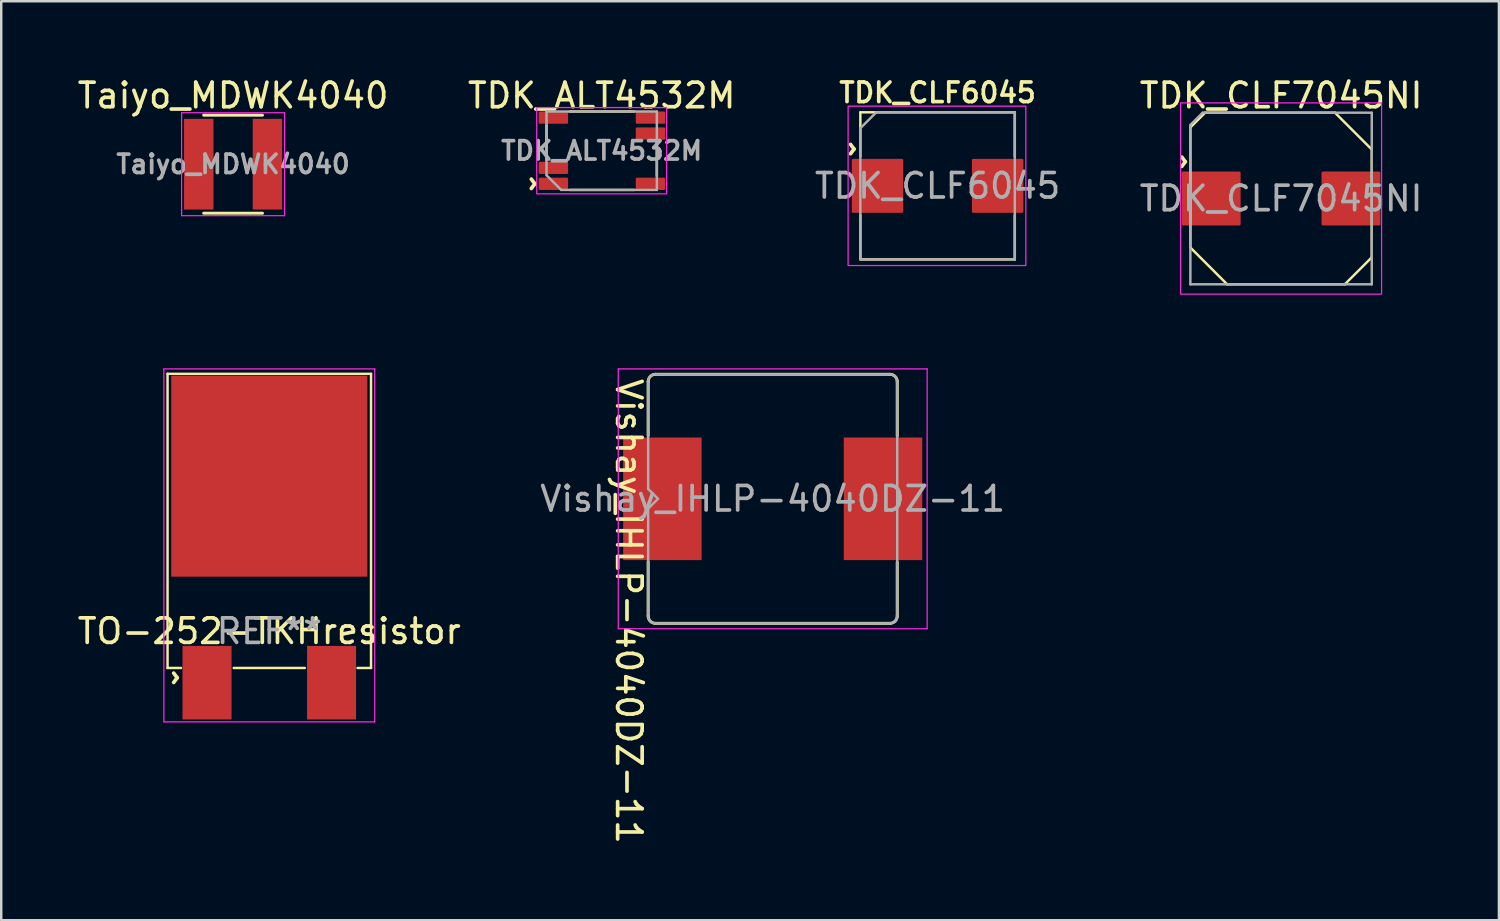
<source format=kicad_pcb>
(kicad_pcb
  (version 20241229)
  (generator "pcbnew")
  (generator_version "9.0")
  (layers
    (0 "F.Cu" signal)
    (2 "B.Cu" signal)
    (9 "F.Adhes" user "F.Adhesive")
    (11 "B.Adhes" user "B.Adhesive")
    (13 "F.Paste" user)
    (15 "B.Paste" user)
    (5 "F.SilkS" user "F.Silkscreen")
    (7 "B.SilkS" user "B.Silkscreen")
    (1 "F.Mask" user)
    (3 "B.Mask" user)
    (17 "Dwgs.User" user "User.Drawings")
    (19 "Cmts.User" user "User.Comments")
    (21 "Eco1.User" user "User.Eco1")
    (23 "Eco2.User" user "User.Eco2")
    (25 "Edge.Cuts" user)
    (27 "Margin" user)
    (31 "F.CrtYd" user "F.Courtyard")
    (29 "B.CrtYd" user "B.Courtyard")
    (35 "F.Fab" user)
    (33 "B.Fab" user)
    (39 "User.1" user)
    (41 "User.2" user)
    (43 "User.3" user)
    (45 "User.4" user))
  (footprint "Taiyo_MDWK4040"
    (layer "F.Cu")
    (at 6.458 3.648)
    (property "Reference" "Taiyo_MDWK4040" (at 0 -2.8 0) (unlocked yes) (layer "F.SilkS") (effects (font (size 1 1) (thickness 0.15))))
    (attr smd)
    (fp_line (start -1.2 -2) (end 1.2 -2) (stroke (width 0.12) (type solid)) (layer "F.SilkS"))
    (fp_line (start -1.2 2) (end 1.2 2) (stroke (width 0.12) (type solid)) (layer "F.SilkS"))
    (fp_poly (pts (xy -0.8 -1.1) (xy -2 -1.1) (xy -2 -1.8) (xy -0.8 -1.8)) (stroke (width 0.01) (type solid)) (fill yes) (layer "F.Paste"))
    (fp_poly (pts (xy -0.8 -0.2) (xy -2 -0.2) (xy -2 -0.8) (xy -0.8 -0.8)) (stroke (width 0.01) (type solid)) (fill yes) (layer "F.Paste"))
    (fp_poly (pts (xy -0.8 0.8) (xy -2 0.8) (xy -2 0.2) (xy -0.8 0.2)) (stroke (width 0.01) (type solid)) (fill yes) (layer "F.Paste"))
    (fp_poly (pts (xy -0.8 1.8) (xy -2 1.8) (xy -2 1.1) (xy -0.8 1.1)) (stroke (width 0.01) (type solid)) (fill yes) (layer "F.Paste"))
    (fp_poly (pts (xy 0.8 1.1) (xy 2 1.1) (xy 2 1.8) (xy 0.8 1.8)) (stroke (width 0.01) (type solid)) (fill yes) (layer "F.Paste"))
    (fp_poly (pts (xy 0.8 -1.8) (xy 2 -1.8) (xy 2 -1.1) (xy 0.8 -1.1)) (stroke (width 0.01) (type solid)) (fill yes) (layer "F.Paste"))
    (fp_poly (pts (xy 0.8 -0.8) (xy 2 -0.8) (xy 2 -0.2) (xy 0.8 -0.2)) (stroke (width 0.01) (type solid)) (fill yes) (layer "F.Paste"))
    (fp_poly (pts (xy 0.8 0.2) (xy 2 0.2) (xy 2 0.8) (xy 0.8 0.8)) (stroke (width 0.01) (type solid)) (fill yes) (layer "F.Paste"))
    (fp_line (start -2.1 -2.1) (end 2.1 -2.1) (stroke (width 0.05) (type solid)) (layer "F.CrtYd"))
    (fp_line (start -2.1 2.1) (end -2.1 -2.1) (stroke (width 0.05) (type solid)) (layer "F.CrtYd"))
    (fp_line (start 2.1 2.1) (end -2.1 2.1) (stroke (width 0.05) (type solid)) (layer "F.CrtYd"))
    (fp_line (start 2.1 2.1) (end 2.1 -2.1) (stroke (width 0.05) (type solid)) (layer "F.CrtYd"))
    (fp_text user "${REFERENCE}" (at 0 0 0) (unlocked yes) (layer "F.Fab") (effects (font (size 0.75 0.75) (thickness 0.15))))
    (pad "1" smd rect (at -1.4 0) (size 1.2 3.7) (layers "F.Cu" "F.Mask"))
    (pad "2" smd rect (at 1.4 0) (size 1.2 3.7) (layers "F.Cu" "F.Mask")))
  (footprint "TDK_CLF7045NI"
    (layer "F.Cu")
    (at 49.208 5.048)
    (property "Reference" "TDK_CLF7045NI" (at 0 -4.2 0) (unlocked yes) (layer "F.SilkS") (effects (font (size 1 1) (thickness 0.15))))
    (attr through_hole)
    (fp_line (start -3.7 -2.9) (end -3.7 2) (stroke (width 0.1) (type solid)) (layer "F.SilkS"))
    (fp_line (start -3.7 2) (end -2.2 3.5) (stroke (width 0.1) (type solid)) (layer "F.SilkS"))
    (fp_line (start -3.1 -3.5) (end -3.7 -2.9) (stroke (width 0.1) (type solid)) (layer "F.SilkS"))
    (fp_line (start -3.1 -3.5) (end 2.2 -3.5) (stroke (width 0.1) (type solid)) (layer "F.SilkS"))
    (fp_line (start 2.6 3.5) (end -2.2 3.5) (stroke (width 0.1) (type solid)) (layer "F.SilkS"))
    (fp_line (start 2.6 3.5) (end 3.7 2.4) (stroke (width 0.1) (type solid)) (layer "F.SilkS"))
    (fp_line (start 3.7 -2) (end 2.2 -3.5) (stroke (width 0.1) (type solid)) (layer "F.SilkS"))
    (fp_line (start 3.7 2.4) (end 3.7 -2) (stroke (width 0.1) (type solid)) (layer "F.SilkS"))
    (fp_rect (start -4.1 -3.9) (end 4.1 3.9) (stroke (width 0.05) (type solid)) (fill no) (layer "F.CrtYd"))
    (fp_line (start -3.7 3.5) (end -3.7 -3) (stroke (width 0.1) (type solid)) (layer "F.Fab"))
    (fp_line (start -3.2 -3.5) (end -3.7 -3) (stroke (width 0.1) (type solid)) (layer "F.Fab"))
    (fp_line (start -3.2 -3.5) (end 3.7 -3.5) (stroke (width 0.1) (type solid)) (layer "F.Fab"))
    (fp_line (start 3.7 -3.5) (end 3.7 3.5) (stroke (width 0.1) (type solid)) (layer "F.Fab"))
    (fp_line (start 3.7 3.5) (end -3.7 3.5) (stroke (width 0.1) (type solid)) (layer "F.Fab"))
    (fp_text user "^" (at -4.5 -1.5 270) (unlocked yes) (layer "F.SilkS") (effects (font (size 1 1) (thickness 0.15))))
    (fp_text user "${REFERENCE}" (at 0 0 0) (unlocked yes) (layer "F.Fab") (effects (font (size 1 1) (thickness 0.15))))
    (pad "" smd roundrect (at -2.85 -0.675) (size 2.4 0.85) (layers "F.Paste") (roundrect_rratio 0.059))
    (pad "" smd roundrect (at -2.85 0.675) (size 2.4 0.85) (layers "F.Paste") (roundrect_rratio 0.059))
    (pad "" smd roundrect (at 2.85 -0.675) (size 2.4 0.85) (layers "F.Paste") (roundrect_rratio 0.059))
    (pad "" smd roundrect (at 2.85 0.675) (size 2.4 0.85) (layers "F.Paste") (roundrect_rratio 0.059))
    (pad "1" smd roundrect (at -2.85 0) (size 2.4 2.2) (layers "F.Cu" "F.Mask") (roundrect_rratio 0.023))
    (pad "2" smd roundrect (at 2.85 0) (size 2.4 2.2) (layers "F.Cu" "F.Mask") (roundrect_rratio 0.023)))
  (footprint "Vishay_IHLP-4040DZ-11"
    (layer "F.Cu")
    (at 28.47 17.298)
    (property "Reference" "Vishay_IHLP-4040DZ-11" (at -5.87 4.59 270) (unlocked yes) (layer "F.SilkS") (effects (font (size 1 1) (thickness 0.15))))
    (attr smd)
    (fp_line (start -5.08 -4.78) (end -5.08 -2.58) (stroke (width 0.12) (type solid)) (layer "F.SilkS"))
    (fp_line (start -5.08 4.78) (end -5.08 2.56) (stroke (width 0.12) (type solid)) (layer "F.SilkS"))
    (fp_line (start -4.78 5.08) (end 4.78 5.08) (stroke (width 0.12) (type solid)) (layer "F.SilkS"))
    (fp_line (start 4.78 -5.08) (end -4.78 -5.08) (stroke (width 0.12) (type solid)) (layer "F.SilkS"))
    (fp_line (start 5.08 -4.78) (end 5.08 -2.56) (stroke (width 0.12) (type solid)) (layer "F.SilkS"))
    (fp_line (start 5.08 4.78) (end 5.08 2.58) (stroke (width 0.12) (type solid)) (layer "F.SilkS"))
    (fp_arc (start -5.08 -4.78) (mid -4.992132 -4.992132) (end -4.78 -5.08) (stroke (width 0.12) (type solid)) (layer "F.SilkS"))
    (fp_arc (start -4.78 5.08) (mid -4.992132 4.992132) (end -5.08 4.78) (stroke (width 0.12) (type solid)) (layer "F.SilkS"))
    (fp_arc (start 4.78 -5.08) (mid 4.992132 -4.992132) (end 5.08 -4.78) (stroke (width 0.12) (type solid)) (layer "F.SilkS"))
    (fp_arc (start 5.08 4.78) (mid 4.992132 4.992132) (end 4.78 5.08) (stroke (width 0.12) (type solid)) (layer "F.SilkS"))
    (fp_poly (pts (xy -6.1 0.3) (xy -2.9 0.3) (xy -2.9 2.5) (xy -6.1 2.5)) (stroke (width 0.01) (type solid)) (fill yes) (layer "F.Paste"))
    (fp_poly (pts (xy -2.9 -0.3) (xy -6.1 -0.3) (xy -6.1 -2.5) (xy -2.9 -2.5)) (stroke (width 0.01) (type solid)) (fill yes) (layer "F.Paste"))
    (fp_poly (pts (xy 2.9 0.3) (xy 6.1 0.3) (xy 6.1 2.5) (xy 2.9 2.5)) (stroke (width 0.01) (type solid)) (fill yes) (layer "F.Paste"))
    (fp_poly (pts (xy 6.1 -0.3) (xy 2.9 -0.3) (xy 2.9 -2.5) (xy 6.1 -2.5)) (stroke (width 0.01) (type solid)) (fill yes) (layer "F.Paste"))
    (fp_line (start -6.3 -5.3) (end 6.3 -5.3) (stroke (width 0.05) (type solid)) (layer "F.CrtYd"))
    (fp_line (start -6.3 5.3) (end -6.3 -5.3) (stroke (width 0.05) (type solid)) (layer "F.CrtYd"))
    (fp_line (start 6.3 -5.3) (end 6.3 5.3) (stroke (width 0.05) (type solid)) (layer "F.CrtYd"))
    (fp_line (start 6.3 5.3) (end -6.3 5.3) (stroke (width 0.05) (type solid)) (layer "F.CrtYd"))
    (fp_line (start -5.08 -4.78) (end -5.08 -0.4) (stroke (width 0.1) (type solid)) (layer "F.Fab"))
    (fp_line (start -5.08 -0.4) (end -4.68 0) (stroke (width 0.1) (type solid)) (layer "F.Fab"))
    (fp_line (start -5.08 0.4) (end -4.68 0) (stroke (width 0.1) (type solid)) (layer "F.Fab"))
    (fp_line (start -5.08 4.78) (end -5.08 0.4) (stroke (width 0.1) (type solid)) (layer "F.Fab"))
    (fp_line (start -4.78 5.08) (end 4.78 5.08) (stroke (width 0.1) (type solid)) (layer "F.Fab"))
    (fp_line (start 4.78 -5.08) (end -4.78 -5.08) (stroke (width 0.1) (type solid)) (layer "F.Fab"))
    (fp_line (start 5.08 -4.78) (end 5.08 4.78) (stroke (width 0.1) (type solid)) (layer "F.Fab"))
    (fp_arc (start -5.080001 -4.780001) (mid -4.992132 -4.992133) (end -4.78 -5.08) (stroke (width 0.1) (type solid)) (layer "F.Fab"))
    (fp_arc (start -4.780001 5.080001) (mid -4.992133 4.992132) (end -5.08 4.78) (stroke (width 0.1) (type solid)) (layer "F.Fab"))
    (fp_arc (start 4.780001 -5.080001) (mid 4.992133 -4.992132) (end 5.08 -4.78) (stroke (width 0.1) (type solid)) (layer "F.Fab"))
    (fp_arc (start 5.080001 4.780001) (mid 4.992132 4.992133) (end 4.78 5.08) (stroke (width 0.1) (type solid)) (layer "F.Fab"))
    (fp_text user "${REFERENCE}" (at 0 0 0) (unlocked yes) (layer "F.Fab") (effects (font (size 1 1) (thickness 0.15))))
    (pad "1" smd rect (at -4.5 0) (size 3.2 5) (layers "F.Cu" "F.Mask"))
    (pad "2" smd rect (at 4.5 0) (size 3.2 5) (layers "F.Cu" "F.Mask")))
  (footprint "TDK_CLF6045"
    (layer "F.Cu")
    (at 35.196 4.531)
    (property "Reference" "TDK_CLF6045" (at 0 -3.8 0) (unlocked yes) (layer "F.SilkS") (effects (font (size 0.8 0.8) (thickness 0.15))))
    (attr smd)
    (fp_line (start -3.15 -3) (end 3.15 -3) (stroke (width 0.1) (type solid)) (layer "F.SilkS"))
    (fp_line (start -3.15 -1.2) (end -3.15 -3) (stroke (width 0.1) (type solid)) (layer "F.SilkS"))
    (fp_line (start -3.15 2.987) (end -3.15 1.2) (stroke (width 0.1) (type solid)) (layer "F.SilkS"))
    (fp_line (start 3.15 -3) (end 3.15 -1.2) (stroke (width 0.1) (type solid)) (layer "F.SilkS"))
    (fp_line (start 3.15 1.2) (end 3.15 3) (stroke (width 0.1) (type solid)) (layer "F.SilkS"))
    (fp_line (start 3.15 3) (end -3.15 3) (stroke (width 0.1) (type solid)) (layer "F.SilkS"))
    (fp_rect (start -3.65 -3.25) (end 3.6 3.25) (stroke (width 0.05) (type solid)) (fill no) (layer "F.CrtYd"))
    (fp_line (start -3.15 3) (end -3.15 -2.35) (stroke (width 0.1) (type solid)) (layer "F.Fab"))
    (fp_line (start -2.5 -3) (end -3.15 -2.35) (stroke (width 0.1) (type solid)) (layer "F.Fab"))
    (fp_line (start -2.5 -3) (end 3.15 -3) (stroke (width 0.1) (type solid)) (layer "F.Fab"))
    (fp_line (start 3.15 -3) (end 3.15 3) (stroke (width 0.1) (type solid)) (layer "F.Fab"))
    (fp_line (start 3.15 3) (end -3.15 3) (stroke (width 0.1) (type solid)) (layer "F.Fab"))
    (fp_text user "^" (at -4 -1.5 270) (unlocked yes) (layer "F.SilkS") (effects (font (size 1 1) (thickness 0.15))))
    (fp_text user "${REFERENCE}" (at 0 0 0) (layer "F.Fab") (effects (font (size 1 1) (thickness 0.15))))
    (pad "" smd roundrect (at -2.45 -0.675) (size 2.1 0.85) (layers "F.Paste") (roundrect_rratio 0.059))
    (pad "" smd roundrect (at -2.45 0.675) (size 2.1 0.85) (layers "F.Paste") (roundrect_rratio 0.059))
    (pad "" smd roundrect (at 2.45 -0.675) (size 2.1 0.85) (layers "F.Paste") (roundrect_rratio 0.059))
    (pad "" smd roundrect (at 2.45 0.675) (size 2.1 0.85) (layers "F.Paste") (roundrect_rratio 0.059))
    (pad "1" smd roundrect (at -2.45 0) (size 2.1 2.2) (layers "F.Cu" "F.Mask") (roundrect_rratio 0.024))
    (pad "2" smd roundrect (at 2.45 0) (size 2.1 2.2) (layers "F.Cu" "F.Mask") (roundrect_rratio 0.024)))
  (footprint "TDK_ALT4532M"
    (layer "F.Cu")
    (at 21.494 3.098)
    (property "Reference" "TDK_ALT4532M" (at 0 -2.25 0) (unlocked yes) (layer "F.SilkS") (effects (font (size 1 1) (thickness 0.15))))
    (attr smd)
    (fp_line (start -2.25 0.38) (end -2.25 -1.03) (stroke (width 0.1) (type solid)) (layer "F.SilkS"))
    (fp_line (start -1.3 -1.6) (end 1.32 -1.6) (stroke (width 0.1) (type solid)) (layer "F.SilkS"))
    (fp_line (start -1.3 1.6) (end 1.32 1.6) (stroke (width 0.1) (type solid)) (layer "F.SilkS"))
    (fp_line (start 2.25 -0.38) (end 2.25 1.03) (stroke (width 0.1) (type solid)) (layer "F.SilkS"))
    (fp_rect (start -2.65 -1.76) (end 2.65 1.76) (stroke (width 0.05) (type solid)) (fill no) (layer "F.CrtYd"))
    (fp_line (start -2.25 -1.6) (end 2.25 -1.6) (stroke (width 0.1) (type solid)) (layer "F.Fab"))
    (fp_line (start -2.25 1) (end -2.25 -1.6) (stroke (width 0.1) (type solid)) (layer "F.Fab"))
    (fp_line (start -1.65 1.6) (end -2.25 1) (stroke (width 0.1) (type solid)) (layer "F.Fab"))
    (fp_line (start 2.25 -1.6) (end 2.25 1.6) (stroke (width 0.1) (type solid)) (layer "F.Fab"))
    (fp_line (start 2.25 1.6) (end -1.65 1.6) (stroke (width 0.1) (type solid)) (layer "F.Fab"))
    (fp_text user "^" (at -3.32 1.35 270) (unlocked yes) (layer "F.SilkS") (effects (font (size 1 1) (thickness 0.15))))
    (fp_text user "${REFERENCE}" (at 0 0 0) (unlocked yes) (layer "F.Fab") (effects (font (size 0.75 0.75) (thickness 0.15))))
    (pad "1" smd roundrect (at -1.97 1.35) (size 1.2 0.5) (layers "F.Cu" "F.Mask" "F.Paste") (roundrect_rratio 0.1))
    (pad "2" smd roundrect (at -1.97 0.7) (size 1.2 0.5) (layers "F.Cu" "F.Mask" "F.Paste") (roundrect_rratio 0.1))
    (pad "3" smd roundrect (at -1.97 -1.35) (size 1.2 0.5) (layers "F.Cu" "F.Mask" "F.Paste") (roundrect_rratio 0.1))
    (pad "4" smd roundrect (at 1.99 -1.35) (size 1.2 0.5) (layers "F.Cu" "F.Mask" "F.Paste") (roundrect_rratio 0.1))
    (pad "5" smd roundrect (at 1.99 -0.7) (size 1.2 0.5) (layers "F.Cu" "F.Mask" "F.Paste") (roundrect_rratio 0.1))
    (pad "6" smd roundrect (at 1.99 1.35) (size 1.2 0.5) (layers "F.Cu" "F.Mask" "F.Paste") (roundrect_rratio 0.1)))
  (footprint "TO-252-TKHresistor"
    (layer "F.Cu")
    (at 7.935 18.198)
    (property "Reference" "TO-252-TKHresistor" (at 0 4.5 0) (unlocked yes) (layer "F.SilkS") (effects (font (size 1 1) (thickness 0.15))))
    (attr smd)
    (fp_line (start -4.15 -6) (end -4.15 6) (stroke (width 0.1) (type solid)) (layer "F.SilkS"))
    (fp_line (start -4.15 6) (end -3.6 6) (stroke (width 0.1) (type solid)) (layer "F.SilkS"))
    (fp_line (start 1.45 6) (end -1.45 6) (stroke (width 0.1) (type solid)) (layer "F.SilkS"))
    (fp_line (start 4.15 -6) (end -4.15 -6) (stroke (width 0.1) (type solid)) (layer "F.SilkS"))
    (fp_line (start 4.15 6) (end 3.6 6) (stroke (width 0.1) (type solid)) (layer "F.SilkS"))
    (fp_line (start 4.15 6) (end 4.15 -6) (stroke (width 0.1) (type solid)) (layer "F.SilkS"))
    (fp_poly (pts (xy -0.25 -2) (xy -3.75 -2) (xy -3.75 -5.5) (xy -0.25 -5.5)) (stroke (width 0.1) (type solid)) (fill yes) (layer "F.Paste"))
    (fp_poly (pts (xy -0.25 2) (xy -3.75 2) (xy -3.75 -1.5) (xy -0.25 -1.5)) (stroke (width 0.1) (type solid)) (fill yes) (layer "F.Paste"))
    (fp_poly (pts (xy 3.75 -2) (xy 0.25 -2) (xy 0.25 -5.5) (xy 3.75 -5.5)) (stroke (width 0.1) (type solid)) (fill yes) (layer "F.Paste"))
    (fp_poly (pts (xy 3.75 2) (xy 0.25 2) (xy 0.25 -1.5) (xy 3.75 -1.5)) (stroke (width 0.1) (type solid)) (fill yes) (layer "F.Paste"))
    (fp_line (start -4.3 -6.2) (end 4.3 -6.2) (stroke (width 0.05) (type solid)) (layer "F.CrtYd"))
    (fp_line (start -4.3 8.2) (end -4.3 -6.2) (stroke (width 0.05) (type solid)) (layer "F.CrtYd"))
    (fp_line (start -4.3 8.2) (end 4.3 8.2) (stroke (width 0.05) (type solid)) (layer "F.CrtYd"))
    (fp_line (start 4.3 8.2) (end 4.3 -6.2) (stroke (width 0.05) (type solid)) (layer "F.CrtYd"))
    (fp_text user "^" (at -4.35 6.4 270) (unlocked yes) (layer "F.SilkS") (effects (font (size 1 1) (thickness 0.15))))
    (fp_text user "REF**" (at 0 4.5 0) (unlocked yes) (layer "F.Fab") (effects (font (size 1 1) (thickness 0.15))))
    (pad "" smd rect (at 0 -1.824) (size 8 8.2) (layers "F.Cu" "F.Mask"))
    (pad "1" smd rect (at -2.54 6.6) (size 2 3) (layers "F.Cu" "F.Mask" "F.Paste"))
    (pad "2" smd rect (at 2.54 6.6) (size 2 3) (layers "F.Cu" "F.Mask" "F.Paste")))
  (gr_rect
    (start -3 -3)
    (end 58.095 34.489)
    (stroke (width 0.1) (type default))
    (fill no)
    (layer "Edge.Cuts")))
</source>
